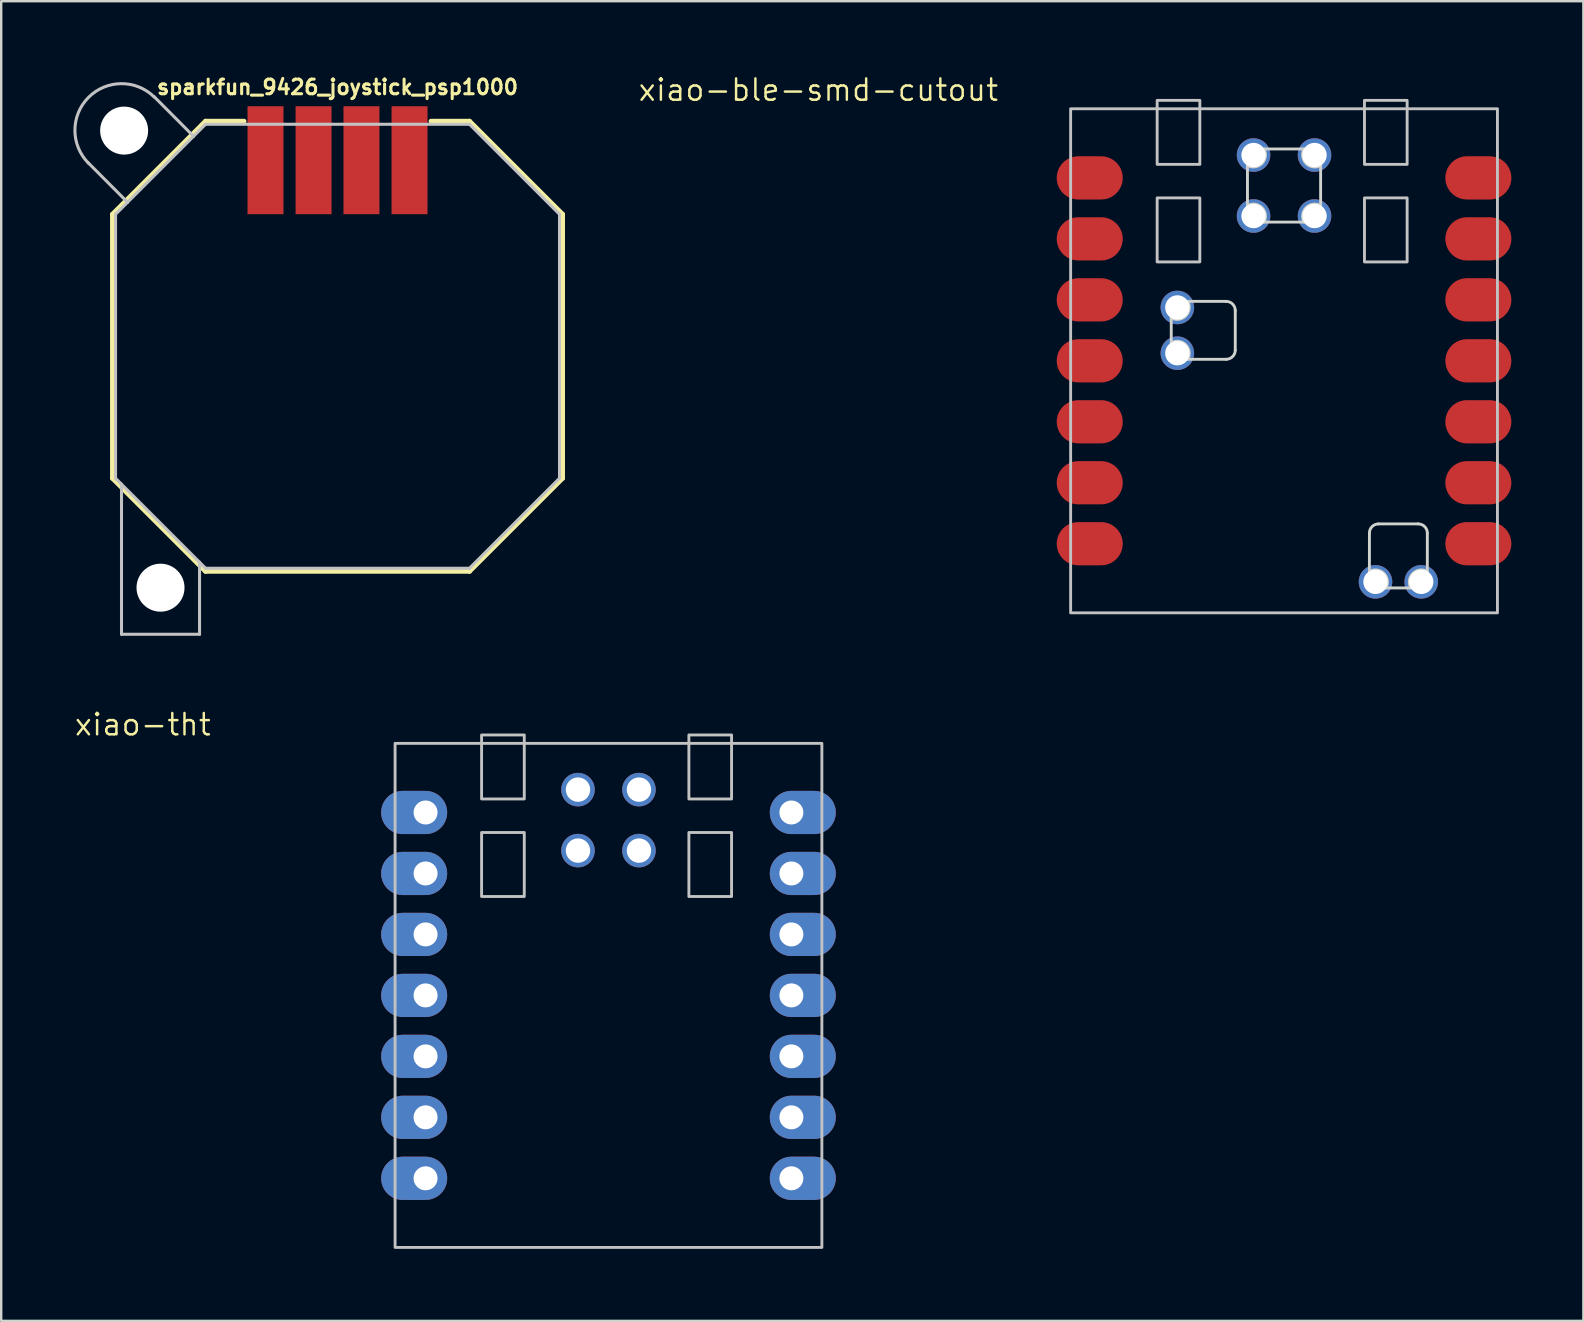
<source format=kicad_pcb>
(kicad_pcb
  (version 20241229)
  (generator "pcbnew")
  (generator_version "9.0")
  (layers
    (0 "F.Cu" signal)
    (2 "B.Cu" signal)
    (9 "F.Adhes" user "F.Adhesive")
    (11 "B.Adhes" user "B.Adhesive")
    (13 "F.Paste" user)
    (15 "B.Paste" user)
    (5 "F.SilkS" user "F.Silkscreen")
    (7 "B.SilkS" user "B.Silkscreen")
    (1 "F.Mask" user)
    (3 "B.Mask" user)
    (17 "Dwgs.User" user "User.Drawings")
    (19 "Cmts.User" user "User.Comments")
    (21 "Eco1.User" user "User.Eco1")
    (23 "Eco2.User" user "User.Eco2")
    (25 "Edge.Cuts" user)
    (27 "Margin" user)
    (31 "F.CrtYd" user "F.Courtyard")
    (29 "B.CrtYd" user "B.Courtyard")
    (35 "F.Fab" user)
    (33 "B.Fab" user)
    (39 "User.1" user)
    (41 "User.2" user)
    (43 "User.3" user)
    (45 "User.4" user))
  (footprint "xiao-ble-smd-cutout"
    (layer "F.Cu")
    (at 50.443 11.981)
    (property "Reference" "xiao-ble-smd-cutout" (at -19.399 -11.283 0) (layer "F.SilkS") (effects (font (size 0.889 0.889) (thickness 0.102))))
    (attr smd exclude_from_pos_files)
    (fp_rect (start -8.89 10.5) (end 8.89 -10.5) (stroke (width 0.12) (type solid)) (fill no) (layer "Dwgs.User"))
    (fp_rect (start -5.286 -6.786) (end -3.508 -4.119) (stroke (width 0.12) (type solid)) (fill no) (layer "Dwgs.User"))
    (fp_rect (start -3.508 -8.183) (end -5.286 -10.85) (stroke (width 0.12) (type solid)) (fill no) (layer "Dwgs.User"))
    (fp_rect (start 3.35 -10.85) (end 5.128 -8.183) (stroke (width 0.12) (type solid)) (fill no) (layer "Dwgs.User"))
    (fp_rect (start 3.35 -6.786) (end 5.128 -4.119) (stroke (width 0.12) (type solid)) (fill no) (layer "Dwgs.User"))
    (fp_line (start -4.699 -0.749) (end -4.699 -1.79) (stroke (width 0.12) (type solid)) (layer "Edge.Cuts"))
    (fp_line (start -4.013 -2.476) (end -2.413 -2.476) (stroke (width 0.12) (type solid)) (layer "Edge.Cuts"))
    (fp_line (start -2.413 -0.063) (end -4.013 -0.063) (stroke (width 0.12) (type solid)) (layer "Edge.Cuts"))
    (fp_line (start -2.032 -2.095) (end -2.032 -0.444) (stroke (width 0.12) (type solid)) (layer "Edge.Cuts"))
    (fp_line (start -1.524 -6.464) (end -1.524 -8.14) (stroke (width 0.12) (type solid)) (layer "Edge.Cuts"))
    (fp_line (start -0.838 -8.826) (end 0.838 -8.826) (stroke (width 0.12) (type solid)) (layer "Edge.Cuts"))
    (fp_line (start -0.838 -5.778) (end 0.838 -5.778) (stroke (width 0.12) (type solid)) (layer "Edge.Cuts"))
    (fp_line (start 1.524 -6.464) (end 1.524 -8.14) (stroke (width 0.12) (type solid)) (layer "Edge.Cuts"))
    (fp_line (start 3.556 8.776) (end 3.557 7.176) (stroke (width 0.12) (type solid)) (layer "Edge.Cuts"))
    (fp_line (start 3.938 6.795) (end 5.588 6.795) (stroke (width 0.12) (type solid)) (layer "Edge.Cuts"))
    (fp_line (start 5.283 9.462) (end 4.242 9.462) (stroke (width 0.12) (type solid)) (layer "Edge.Cuts"))
    (fp_line (start 5.97 7.176) (end 5.969 8.776) (stroke (width 0.12) (type solid)) (layer "Edge.Cuts"))
    (fp_arc (start -4.699 -0.7488) (mid -4.095391 -0.666609) (end -4.0132 -0.063) (stroke (width 0.12) (type solid)) (layer "Edge.Cuts"))
    (fp_arc (start -4.0132 -2.476) (mid -4.095391 -1.872391) (end -4.699 -1.7902) (stroke (width 0.12) (type solid)) (layer "Edge.Cuts"))
    (fp_arc (start -2.413 -2.476) (mid -2.143592 -2.364408) (end -2.032 -2.095) (stroke (width 0.12) (type solid)) (layer "Edge.Cuts"))
    (fp_arc (start -2.032 -0.444) (mid -2.143592 -0.174592) (end -2.413 -0.063) (stroke (width 0.12) (type solid)) (layer "Edge.Cuts"))
    (fp_arc (start -1.524 -6.4638) (mid -0.920391 -6.381609) (end -0.8382 -5.778) (stroke (width 0.12) (type solid)) (layer "Edge.Cuts"))
    (fp_arc (start -0.8382 -8.826) (mid -0.920391 -8.222391) (end -1.524 -8.1402) (stroke (width 0.12) (type solid)) (layer "Edge.Cuts"))
    (fp_arc (start 0.8382 -5.778) (mid 0.920391 -6.381609) (end 1.524 -6.4638) (stroke (width 0.12) (type solid)) (layer "Edge.Cuts"))
    (fp_arc (start 1.524 -8.1402) (mid 0.920391 -8.222391) (end 0.8382 -8.826) (stroke (width 0.12) (type solid)) (layer "Edge.Cuts"))
    (fp_arc (start 3.556 8.7762) (mid 4.159609 8.858391) (end 4.2418 9.462) (stroke (width 0.12) (type solid)) (layer "Edge.Cuts"))
    (fp_arc (start 3.5565 7.176) (mid 3.668092 6.906592) (end 3.9375 6.795) (stroke (width 0.12) (type solid)) (layer "Edge.Cuts"))
    (fp_arc (start 5.2832 9.462) (mid 5.365391 8.858391) (end 5.969 8.7762) (stroke (width 0.12) (type solid)) (layer "Edge.Cuts"))
    (fp_arc (start 5.5885 6.795) (mid 5.857908 6.906592) (end 5.9695 7.176) (stroke (width 0.12) (type solid)) (layer "Edge.Cuts"))
    (pad "1" smd oval (at -8.57 -7.62 180) (size 2.75 1.8) (drill (offset -0.475 0)) (layers "F.Cu" "F.Mask" "F.Paste"))
    (pad "2" smd oval (at -8.57 -5.08 180) (size 2.75 1.8) (drill (offset -0.475 0)) (layers "F.Cu" "F.Mask" "F.Paste"))
    (pad "3" smd oval (at -8.57 -2.54 180) (size 2.75 1.8) (drill (offset -0.475 0)) (layers "F.Cu" "F.Mask" "F.Paste"))
    (pad "4" smd oval (at -8.57 0 180) (size 2.75 1.8) (drill (offset -0.475 0)) (layers "F.Cu" "F.Mask" "F.Paste"))
    (pad "5" smd oval (at -8.57 2.54 180) (size 2.75 1.8) (drill (offset -0.475 0)) (layers "F.Cu" "F.Mask" "F.Paste"))
    (pad "6" smd oval (at -8.57 5.08 180) (size 2.75 1.8) (drill (offset -0.475 0)) (layers "F.Cu" "F.Mask" "F.Paste"))
    (pad "7" smd oval (at -8.57 7.62 180) (size 2.75 1.8) (drill (offset -0.475 0)) (layers "F.Cu" "F.Mask" "F.Paste"))
    (pad "8" smd oval (at 8.57 7.62) (size 2.75 1.8) (drill (offset -0.475 0)) (layers "F.Cu" "F.Mask" "F.Paste"))
    (pad "9" smd oval (at 8.57 5.08) (size 2.75 1.8) (drill (offset -0.475 0)) (layers "F.Cu" "F.Mask" "F.Paste"))
    (pad "10" smd oval (at 8.57 2.54) (size 2.75 1.8) (drill (offset -0.475 0)) (layers "F.Cu" "F.Mask" "F.Paste"))
    (pad "11" smd oval (at 8.57 0) (size 2.75 1.8) (drill (offset -0.475 0)) (layers "F.Cu" "F.Mask" "F.Paste"))
    (pad "12" smd oval (at 8.57 -2.54) (size 2.75 1.8) (drill (offset -0.475 0)) (layers "F.Cu" "F.Mask" "F.Paste"))
    (pad "13" smd oval (at 8.57 -5.08) (size 2.75 1.8) (drill (offset -0.475 0)) (layers "F.Cu" "F.Mask" "F.Paste"))
    (pad "14" smd oval (at 8.57 -7.62) (size 2.75 1.8) (drill (offset -0.475 0)) (layers "F.Cu" "F.Mask" "F.Paste"))
    (pad "15" thru_hole circle (at -1.27 -8.572 90) (size 1.397 1.397) (drill 1.016) (layers "*.Cu" "*.Mask"))
    (pad "16" thru_hole circle (at 1.27 -8.572 90) (size 1.397 1.397) (drill 1.016) (layers "*.Cu" "*.Mask"))
    (pad "17" thru_hole circle (at -1.27 -6.032 90) (size 1.397 1.397) (drill 1.016) (layers "*.Cu" "*.Mask"))
    (pad "18" thru_hole circle (at 1.27 -6.032 90) (size 1.397 1.397) (drill 1.016) (layers "*.Cu" "*.Mask"))
    (pad "19" thru_hole circle (at -4.445 -0.317 180) (size 1.397 1.397) (drill 1.016) (layers "*.Cu" "*.Mask"))
    (pad "20" thru_hole circle (at -4.445 -2.222 180) (size 1.397 1.397) (drill 1.016) (layers "*.Cu" "*.Mask"))
    (pad "21" thru_hole circle (at 3.81 9.208 180) (size 1.397 1.397) (drill 1.016) (layers "*.Cu" "*.Mask"))
    (pad "22" thru_hole circle (at 5.715 9.208 180) (size 1.397 1.397) (drill 1.016) (layers "*.Cu" "*.Mask")))
  (footprint "sparkfun_9426_joystick_psp1000"
    (layer "F.Cu")
    (at 11.011 11.375)
    (property "Reference" "sparkfun_9426_joystick_psp1000" (at 0 -10.795 180) (layer "F.SilkS") (effects (font (size 0.61 0.61) (thickness 0.127))))
    (attr smd)
    (fp_line (start -9.375 5.499) (end -9.375 -5.499) (stroke (width 0.203) (type solid)) (layer "F.SilkS"))
    (fp_line (start -9.375 5.499) (end -5.499 9.375) (stroke (width 0.203) (type solid)) (layer "F.SilkS"))
    (fp_line (start -5.499 -9.375) (end -9.375 -5.499) (stroke (width 0.203) (type solid)) (layer "F.SilkS"))
    (fp_line (start -5.499 -9.375) (end -3.896 -9.375) (stroke (width 0.203) (type solid)) (layer "F.SilkS"))
    (fp_line (start -5.499 9.375) (end 5.499 9.375) (stroke (width 0.203) (type solid)) (layer "F.SilkS"))
    (fp_line (start 3.896 -9.375) (end 5.499 -9.375) (stroke (width 0.203) (type solid)) (layer "F.SilkS"))
    (fp_line (start 5.499 -9.375) (end 9.375 -5.499) (stroke (width 0.203) (type solid)) (layer "F.SilkS"))
    (fp_line (start 9.375 5.499) (end 5.499 9.375) (stroke (width 0.203) (type solid)) (layer "F.SilkS"))
    (fp_line (start 9.375 5.499) (end 9.375 -5.499) (stroke (width 0.203) (type solid)) (layer "F.SilkS"))
    (fp_line (start -10.399 -7.656) (end -8.748 -5.999) (stroke (width 0.127) (type solid)) (layer "Dwgs.User"))
    (fp_line (start -9.248 5.499) (end -9.248 -5.499) (stroke (width 0.127) (type solid)) (layer "Dwgs.User"))
    (fp_line (start -9.248 5.499) (end -8.999 5.748) (stroke (width 0.127) (type solid)) (layer "Dwgs.User"))
    (fp_line (start -8.999 5.748) (end -8.999 11.999) (stroke (width 0.127) (type solid)) (layer "Dwgs.User"))
    (fp_line (start -8.999 5.748) (end -5.748 8.999) (stroke (width 0.127) (type solid)) (layer "Dwgs.User"))
    (fp_line (start -8.999 11.999) (end -5.748 11.999) (stroke (width 0.127) (type solid)) (layer "Dwgs.User"))
    (fp_line (start -8.748 -5.999) (end -9.248 -5.499) (stroke (width 0.127) (type solid)) (layer "Dwgs.User"))
    (fp_line (start -7.648 -10.406) (end -5.999 -8.748) (stroke (width 0.127) (type solid)) (layer "Dwgs.User"))
    (fp_line (start -5.999 -8.748) (end -8.748 -5.999) (stroke (width 0.127) (type solid)) (layer "Dwgs.User"))
    (fp_line (start -5.748 8.999) (end -5.499 9.248) (stroke (width 0.127) (type solid)) (layer "Dwgs.User"))
    (fp_line (start -5.748 11.999) (end -5.748 8.999) (stroke (width 0.127) (type solid)) (layer "Dwgs.User"))
    (fp_line (start -5.499 -9.248) (end -5.999 -8.748) (stroke (width 0.127) (type solid)) (layer "Dwgs.User"))
    (fp_line (start -5.499 -9.248) (end 5.499 -9.248) (stroke (width 0.127) (type solid)) (layer "Dwgs.User"))
    (fp_line (start -5.499 9.248) (end 5.499 9.248) (stroke (width 0.127) (type solid)) (layer "Dwgs.User"))
    (fp_line (start 5.499 -9.248) (end 9.248 -5.499) (stroke (width 0.127) (type solid)) (layer "Dwgs.User"))
    (fp_line (start 9.248 5.499) (end 5.499 9.248) (stroke (width 0.127) (type solid)) (layer "Dwgs.User"))
    (fp_line (start 9.248 5.499) (end 9.248 -5.499) (stroke (width 0.127) (type solid)) (layer "Dwgs.User"))
    (fp_arc (start -10.37844 -7.63016) (mid -10.37844 -10.37844) (end -7.63016 -10.37844) (stroke (width 0.127) (type solid)) (layer "Dwgs.User"))
    (pad "" np_thru_hole circle (at -8.89 -8.984) (size 1.999 1.999) (drill 1.999) (layers "*.Cu" "*.Mask"))
    (pad "" np_thru_hole circle (at -7.374 10.058) (size 1.999 1.999) (drill 1.999) (layers "*.Cu" "*.Mask"))
    (pad "GND" smd rect (at -3 -7.75 90) (size 4.498 1.499) (layers "F.Cu" "F.Mask" "F.Paste"))
    (pad "VCC" smd rect (at 0.998 -7.75 90) (size 4.498 1.499) (layers "F.Cu" "F.Mask" "F.Paste"))
    (pad "X" smd rect (at 3 -7.75 90) (size 4.498 1.499) (layers "F.Cu" "F.Mask" "F.Paste"))
    (pad "Y" smd rect (at -0.998 -7.75 90) (size 4.498 1.499) (layers "F.Cu" "F.Mask" "F.Paste")))
  (footprint "xiao-tht"
    (layer "F.Cu")
    (at 22.299 38.418)
    (property "Reference" "xiao-tht" (at -19.399 -11.283 0) (layer "F.SilkS") (effects (font (size 0.889 0.889) (thickness 0.102))))
    (attr smd exclude_from_pos_files)
    (fp_rect (start -8.89 10.5) (end 8.89 -10.5) (stroke (width 0.12) (type solid)) (fill no) (layer "Dwgs.User"))
    (fp_rect (start -5.286 -6.786) (end -3.508 -4.119) (stroke (width 0.12) (type solid)) (fill no) (layer "Dwgs.User"))
    (fp_rect (start -3.508 -8.183) (end -5.286 -10.85) (stroke (width 0.12) (type solid)) (fill no) (layer "Dwgs.User"))
    (fp_rect (start 3.35 -10.85) (end 5.128 -8.183) (stroke (width 0.12) (type solid)) (fill no) (layer "Dwgs.User"))
    (fp_rect (start 3.35 -6.786) (end 5.128 -4.119) (stroke (width 0.12) (type solid)) (fill no) (layer "Dwgs.User"))
    (pad "1" thru_hole oval (at -7.62 -7.62) (size 2.75 1.8) (drill 1 (offset -0.475 0)) (layers "*.Cu" "*.Mask"))
    (pad "2" thru_hole oval (at -7.62 -5.08) (size 2.75 1.8) (drill 1 (offset -0.475 0)) (layers "*.Cu" "*.Mask"))
    (pad "3" thru_hole oval (at -7.62 -2.54) (size 2.75 1.8) (drill 1 (offset -0.475 0)) (layers "*.Cu" "*.Mask"))
    (pad "4" thru_hole oval (at -7.62 0) (size 2.75 1.8) (drill 1 (offset -0.475 0)) (layers "*.Cu" "*.Mask"))
    (pad "5" thru_hole oval (at -7.62 2.54) (size 2.75 1.8) (drill 1 (offset -0.475 0)) (layers "*.Cu" "*.Mask"))
    (pad "6" thru_hole oval (at -7.62 5.08) (size 2.75 1.8) (drill 1 (offset -0.475 0)) (layers "*.Cu" "*.Mask"))
    (pad "7" thru_hole oval (at -7.62 7.62) (size 2.75 1.8) (drill 1 (offset -0.475 0)) (layers "*.Cu" "*.Mask"))
    (pad "8" thru_hole oval (at 7.62 7.62 180) (size 2.75 1.8) (drill 1 (offset -0.475 0)) (layers "*.Cu" "*.Mask"))
    (pad "9" thru_hole oval (at 7.62 5.08 180) (size 2.75 1.8) (drill 1 (offset -0.475 0)) (layers "*.Cu" "*.Mask"))
    (pad "10" thru_hole oval (at 7.62 2.54 180) (size 2.75 1.8) (drill 1 (offset -0.475 0)) (layers "*.Cu" "*.Mask"))
    (pad "11" thru_hole oval (at 7.62 0 180) (size 2.75 1.8) (drill 1 (offset -0.475 0)) (layers "*.Cu" "*.Mask"))
    (pad "12" thru_hole oval (at 7.62 -2.54 180) (size 2.75 1.8) (drill 1 (offset -0.475 0)) (layers "*.Cu" "*.Mask"))
    (pad "13" thru_hole oval (at 7.62 -5.08 180) (size 2.75 1.8) (drill 1 (offset -0.475 0)) (layers "*.Cu" "*.Mask"))
    (pad "14" thru_hole oval (at 7.62 -7.62 180) (size 2.75 1.8) (drill 1 (offset -0.475 0)) (layers "*.Cu" "*.Mask"))
    (pad "15" thru_hole circle (at -1.27 -8.572 90) (size 1.397 1.397) (drill 1.016) (layers "*.Cu" "*.Mask"))
    (pad "16" thru_hole circle (at 1.27 -8.572 90) (size 1.397 1.397) (drill 1.016) (layers "*.Cu" "*.Mask"))
    (pad "17" thru_hole circle (at -1.27 -6.032 90) (size 1.397 1.397) (drill 1.016) (layers "*.Cu" "*.Mask"))
    (pad "18" thru_hole circle (at 1.27 -6.032 90) (size 1.397 1.397) (drill 1.016) (layers "*.Cu" "*.Mask")))
  (gr_rect
    (start -3 -3)
    (end 62.913 51.978)
    (stroke (width 0.1) (type default))
    (fill no)
    (layer "Edge.Cuts")))
</source>
